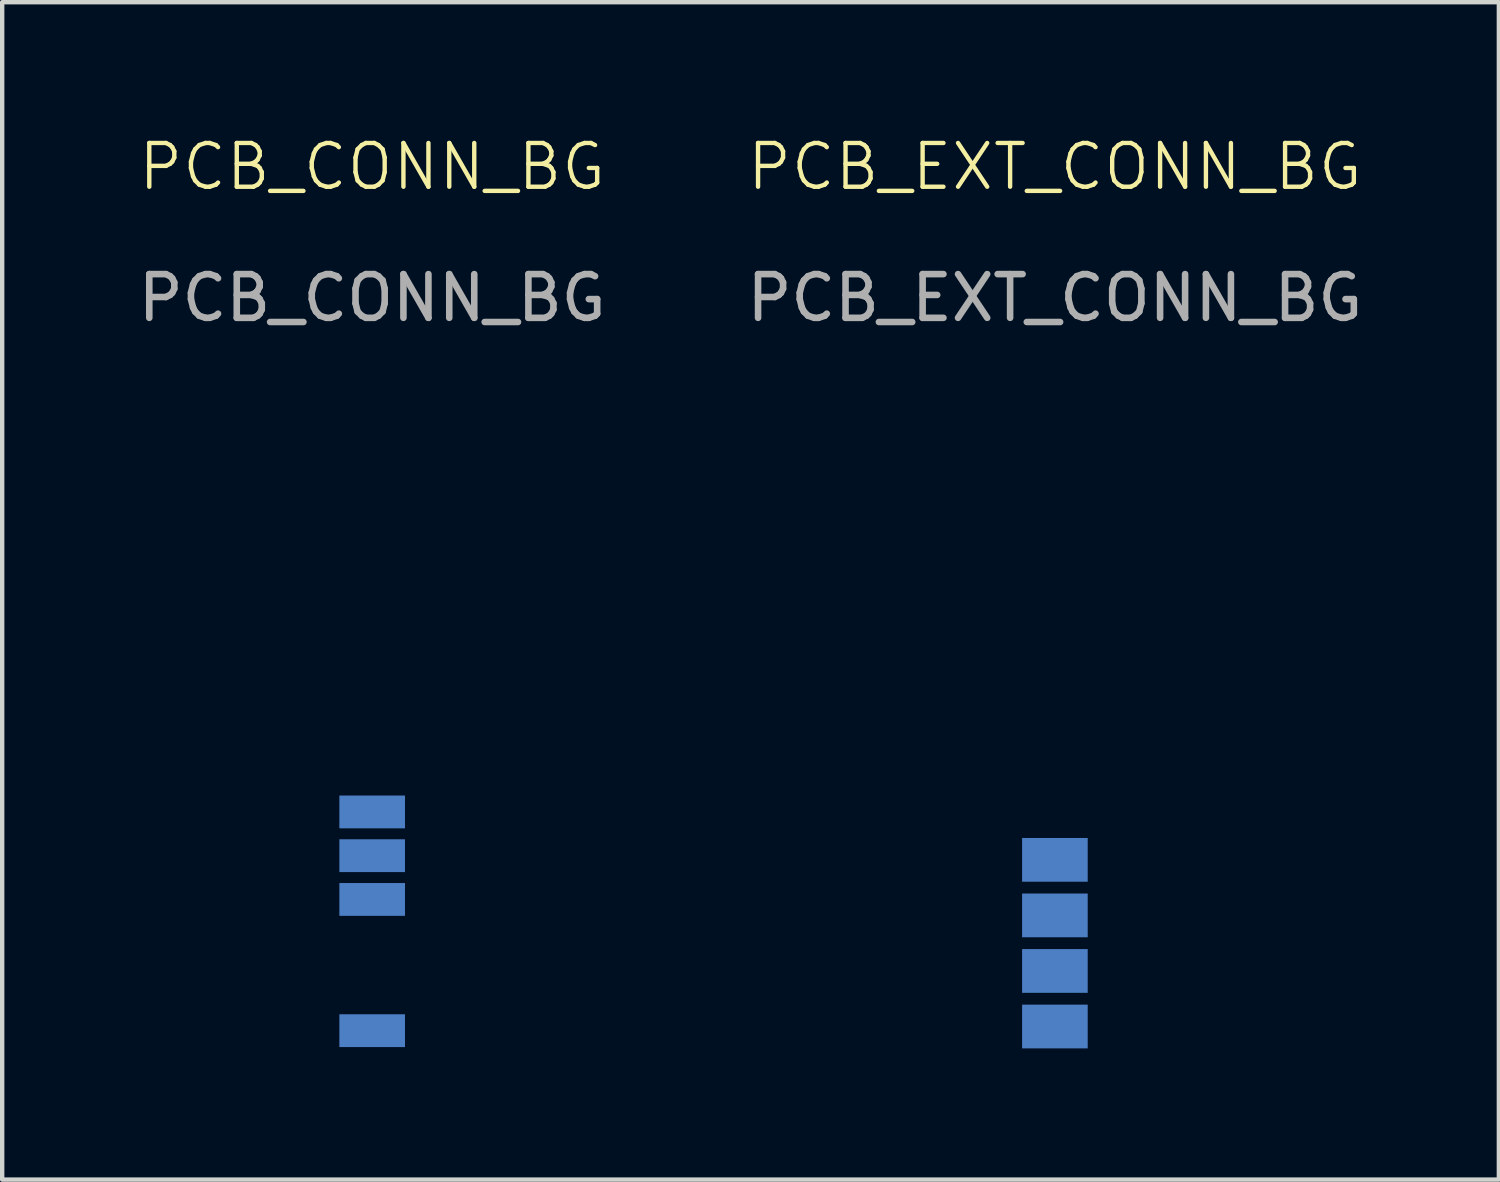
<source format=kicad_pcb>
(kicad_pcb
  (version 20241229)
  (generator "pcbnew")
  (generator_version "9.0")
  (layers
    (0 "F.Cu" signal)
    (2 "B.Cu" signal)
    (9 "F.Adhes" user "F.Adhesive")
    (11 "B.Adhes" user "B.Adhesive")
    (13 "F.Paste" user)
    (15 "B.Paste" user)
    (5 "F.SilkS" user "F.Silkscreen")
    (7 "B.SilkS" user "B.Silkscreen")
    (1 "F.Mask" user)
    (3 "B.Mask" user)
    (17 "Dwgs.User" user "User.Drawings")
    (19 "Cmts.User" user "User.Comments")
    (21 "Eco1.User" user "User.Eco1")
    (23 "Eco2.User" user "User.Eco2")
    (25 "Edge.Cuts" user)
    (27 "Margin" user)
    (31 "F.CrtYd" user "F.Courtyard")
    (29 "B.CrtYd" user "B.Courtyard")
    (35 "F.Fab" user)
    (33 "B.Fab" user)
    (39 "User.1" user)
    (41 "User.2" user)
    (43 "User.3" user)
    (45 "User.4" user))
  (footprint "PCB_EXT_CONN_BG"
    (layer "F.Cu")
    (at 21.065 18.511)
    (property "Reference" "PCB_EXT_CONN_BG" (at 0 -17.75 0) (unlocked yes) (layer "F.SilkS") (effects (font (size 1 1) (thickness 0.1))))
    (attr smd)
    (fp_text user "${REFERENCE}" (at 0 -14.75 0) (unlocked yes) (layer "F.Fab") (effects (font (size 1 1) (thickness 0.15))))
    (pad "1" smd rect (at 0 -1.905) (size 1.5 1) (layers "B.Cu" "B.Mask" "B.Paste"))
    (pad "2" smd rect (at 0 -0.635) (size 1.5 1) (layers "B.Cu" "B.Mask" "B.Paste"))
    (pad "3" smd rect (at 0 0.635) (size 1.5 1) (layers "B.Cu" "B.Mask" "B.Paste"))
    (pad "4" smd rect (at 0 1.905) (size 1.5 1) (layers "B.Cu" "B.Mask" "B.Paste")))
  (footprint "PCB_CONN_BG"
    (layer "F.Cu")
    (at 5.458 18.011)
    (property "Reference" "PCB_CONN_BG" (at 0 -17.25 0) (unlocked yes) (layer "F.SilkS") (effects (font (size 1 1) (thickness 0.1))))
    (attr smd)
    (fp_text user "${REFERENCE}" (at 0 -14.25 0) (unlocked yes) (layer "F.Fab") (effects (font (size 1 1) (thickness 0.15))))
    (pad "1" smd rect (at 0 -2.5) (size 1.5 0.75) (layers "B.Cu" "B.Mask" "B.Paste"))
    (pad "2" smd rect (at 0 -1.5) (size 1.5 0.75) (layers "B.Cu" "B.Mask" "B.Paste"))
    (pad "3" smd rect (at 0 -0.5) (size 1.5 0.75) (layers "B.Cu" "B.Mask" "B.Paste"))
    (pad "4" smd rect (at 0 2.5) (size 1.5 0.75) (layers "B.Cu" "B.Mask" "B.Paste")))
  (gr_rect
    (start -3 -3)
    (end 31.214 23.916)
    (stroke (width 0.1) (type default))
    (fill no)
    (layer "Edge.Cuts")))
</source>
